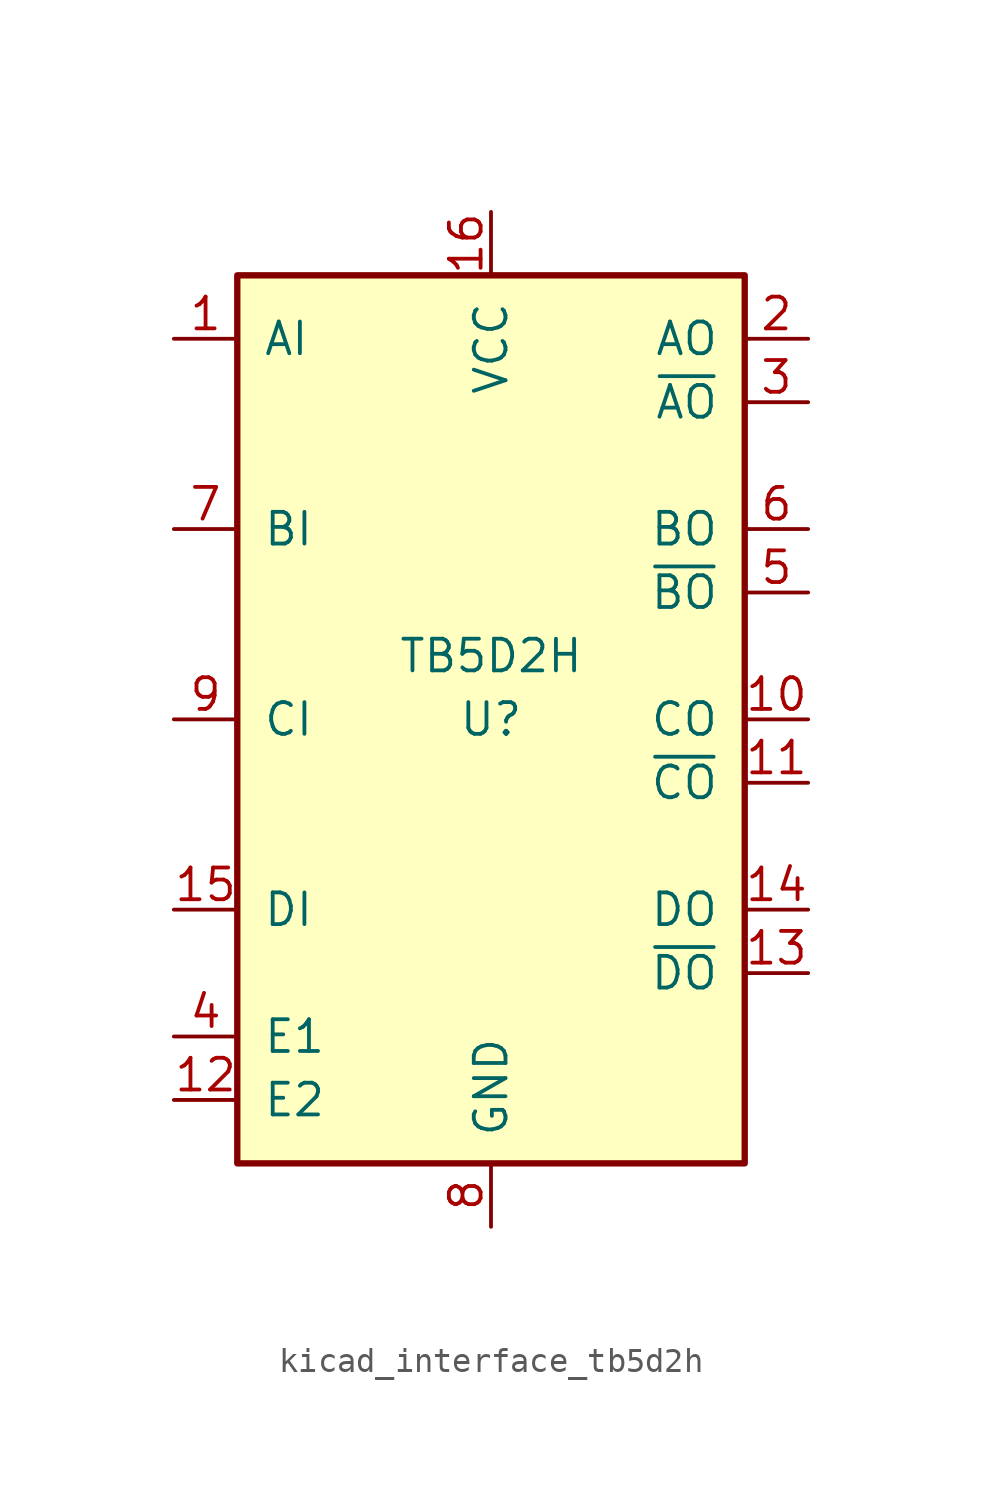
<source format=kicad_sym>
(kicad_symbol_lib
  (version 20220914)
  (generator kicad_symbol_editor)
  (symbol "kicad_interface_tb5d2h"
    (pin_names
      (offset 1.016))
    (property "Reference" "U"
      (at 0 0 0)
      (effects (font (size 1.27 1.27))))
    (property "Value" "TB5D2H"
      (at 0 2.54 0)
      (effects (font (size 1.27 1.27))))
    (symbol "kicad_interface_tb5d2h_0_1"
      (rectangle (start -10.16 -17.78) (end 10.16 17.78) (stroke (width 0.254) (type default)) (fill (type background))))
    (symbol "kicad_interface_tb5d2h_1_1"
      (pin input line (at -12.7 15.24 0) (length 2.54) (name "AI" (effects (font (size 1.27 1.27)))) (number "1" (effects (font (size 1.27 1.27)))))
      (pin output line (at 12.7 0 180) (length 2.54) (name "CO" (effects (font (size 1.27 1.27)))) (number "10" (effects (font (size 1.27 1.27)))))
      (pin output line (at 12.7 -2.54 180) (length 2.54) (name "~{CO}" (effects (font (size 1.27 1.27)))) (number "11" (effects (font (size 1.27 1.27)))))
      (pin input line (at -12.7 -15.24 0) (length 2.54) (name "E2" (effects (font (size 1.27 1.27)))) (number "12" (effects (font (size 1.27 1.27)))))
      (pin output line (at 12.7 -10.16 180) (length 2.54) (name "~{DO}" (effects (font (size 1.27 1.27)))) (number "13" (effects (font (size 1.27 1.27)))))
      (pin output line (at 12.7 -7.62 180) (length 2.54) (name "DO" (effects (font (size 1.27 1.27)))) (number "14" (effects (font (size 1.27 1.27)))))
      (pin input line (at -12.7 -7.62 0) (length 2.54) (name "DI" (effects (font (size 1.27 1.27)))) (number "15" (effects (font (size 1.27 1.27)))))
      (pin power_in line (at 0 20.32 270) (length 2.54) (name "VCC" (effects (font (size 1.27 1.27)))) (number "16" (effects (font (size 1.27 1.27)))))
      (pin output line (at 12.7 15.24 180) (length 2.54) (name "AO" (effects (font (size 1.27 1.27)))) (number "2" (effects (font (size 1.27 1.27)))))
      (pin output line (at 12.7 12.7 180) (length 2.54) (name "~{AO}" (effects (font (size 1.27 1.27)))) (number "3" (effects (font (size 1.27 1.27)))))
      (pin input line (at -12.7 -12.7 0) (length 2.54) (name "E1" (effects (font (size 1.27 1.27)))) (number "4" (effects (font (size 1.27 1.27)))))
      (pin output line (at 12.7 5.08 180) (length 2.54) (name "~{BO}" (effects (font (size 1.27 1.27)))) (number "5" (effects (font (size 1.27 1.27)))))
      (pin output line (at 12.7 7.62 180) (length 2.54) (name "BO" (effects (font (size 1.27 1.27)))) (number "6" (effects (font (size 1.27 1.27)))))
      (pin input line (at -12.7 7.62 0) (length 2.54) (name "BI" (effects (font (size 1.27 1.27)))) (number "7" (effects (font (size 1.27 1.27)))))
      (pin power_in line (at 0 -20.32 90) (length 2.54) (name "GND" (effects (font (size 1.27 1.27)))) (number "8" (effects (font (size 1.27 1.27)))))
      (pin input line (at -12.7 0 0) (length 2.54) (name "CI" (effects (font (size 1.27 1.27)))) (number "9" (effects (font (size 1.27 1.27))))))))
</source>
